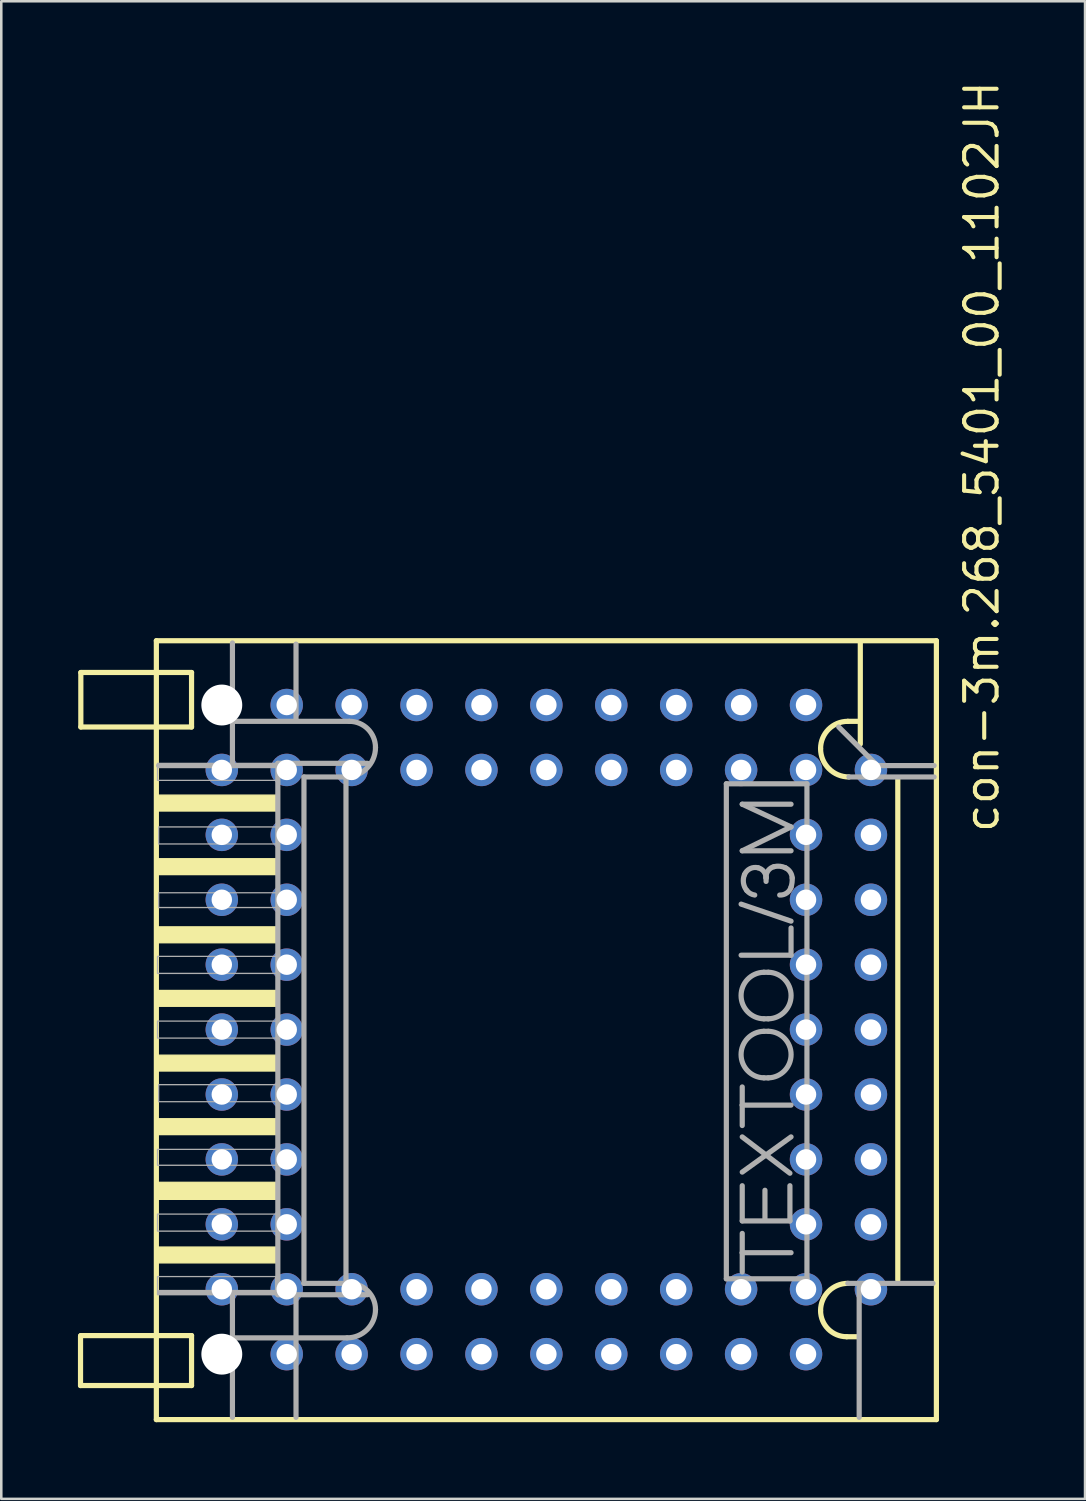
<source format=kicad_pcb>
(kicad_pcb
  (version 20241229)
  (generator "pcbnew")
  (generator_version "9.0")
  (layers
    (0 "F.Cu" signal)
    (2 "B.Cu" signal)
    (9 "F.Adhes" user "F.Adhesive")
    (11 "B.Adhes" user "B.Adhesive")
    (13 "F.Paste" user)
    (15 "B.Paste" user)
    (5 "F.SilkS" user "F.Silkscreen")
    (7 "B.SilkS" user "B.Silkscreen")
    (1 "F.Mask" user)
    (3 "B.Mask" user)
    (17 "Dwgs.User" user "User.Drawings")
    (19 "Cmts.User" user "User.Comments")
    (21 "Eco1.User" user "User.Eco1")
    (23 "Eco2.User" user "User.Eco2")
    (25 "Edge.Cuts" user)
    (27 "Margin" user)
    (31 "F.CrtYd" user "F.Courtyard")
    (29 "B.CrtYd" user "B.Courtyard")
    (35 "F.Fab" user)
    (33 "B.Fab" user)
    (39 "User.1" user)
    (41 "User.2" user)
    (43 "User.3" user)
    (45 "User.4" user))
  (footprint "con-3m.268_5401_00_1102JH"
    (layer "F.Cu")
    (at 18.329 37.237)
    (property "Reference" "con-3m.268_5401_00_1102JH" (at 17.78 -7.62 90) (layer "F.SilkS") (effects (font (size 1.27 1.27) (thickness 0.16)) (justify left bottom)))
    (attr through_hole)
    (fp_line (start -18.228 13.928) (end -18.228 12) (stroke (width 0.203) (type default)) (layer "F.SilkS"))
    (fp_line (start -18.228 13.928) (end -15.334 13.928) (stroke (width 0.203) (type default)) (layer "F.SilkS"))
    (fp_line (start -18.216 -11.84) (end -18.216 -13.973) (stroke (width 0.203) (type default)) (layer "F.SilkS"))
    (fp_line (start -18.216 -11.84) (end -15.334 -11.84) (stroke (width 0.203) (type default)) (layer "F.SilkS"))
    (fp_line (start -18.216 12) (end -18.216 11.973) (stroke (width 0.203) (type default)) (layer "F.SilkS"))
    (fp_line (start -15.334 -13.973) (end -18.216 -13.973) (stroke (width 0.203) (type default)) (layer "F.SilkS"))
    (fp_line (start -15.334 11.973) (end -18.216 11.973) (stroke (width 0.203) (type default)) (layer "F.SilkS"))
    (fp_line (start -15.261 -15.216) (end 15.261 -15.216) (stroke (width 0.203) (type default)) (layer "F.SilkS"))
    (fp_line (start -15.261 15.261) (end -15.261 -15.216) (stroke (width 0.203) (type default)) (layer "F.SilkS"))
    (fp_line (start -15.216 -11.84) (end -13.884 -11.84) (stroke (width 0.203) (type default)) (layer "F.SilkS"))
    (fp_line (start -15.128 13.928) (end -13.884 13.928) (stroke (width 0.203) (type default)) (layer "F.SilkS"))
    (fp_line (start -13.884 -13.973) (end -15.216 -13.973) (stroke (width 0.203) (type default)) (layer "F.SilkS"))
    (fp_line (start -13.884 -11.84) (end -13.884 -13.973) (stroke (width 0.203) (type default)) (layer "F.SilkS"))
    (fp_line (start -13.884 11.973) (end -15.216 11.973) (stroke (width 0.203) (type default)) (layer "F.SilkS"))
    (fp_line (start -13.884 13.928) (end -13.884 11.973) (stroke (width 0.203) (type default)) (layer "F.SilkS"))
    (fp_line (start 11.751 12.018) (end 12.196 12.018) (stroke (width 0.203) (type default)) (layer "F.SilkS"))
    (fp_line (start 11.796 -12.062) (end 12.24 -12.062) (stroke (width 0.203) (type default)) (layer "F.SilkS"))
    (fp_line (start 12.284 -15.128) (end 12.284 -11.174) (stroke (width 0.203) (type default)) (layer "F.SilkS"))
    (fp_line (start 13.751 -9.796) (end 13.751 9.796) (stroke (width 0.203) (type default)) (layer "F.SilkS"))
    (fp_line (start 15.261 -15.216) (end 15.261 15.261) (stroke (width 0.203) (type default)) (layer "F.SilkS"))
    (fp_line (start 15.261 15.261) (end -15.261 15.261) (stroke (width 0.203) (type default)) (layer "F.SilkS"))
    (fp_rect (start -15.216 -8.552) (end -10.552 -9.174) (stroke (width 0.05) (type default)) (fill yes) (layer "F.SilkS"))
    (fp_rect (start -15.216 -3.399) (end -10.507 -4.021) (stroke (width 0.05) (type default)) (fill yes) (layer "F.SilkS"))
    (fp_rect (start -15.216 -0.911) (end -10.552 -1.533) (stroke (width 0.05) (type default)) (fill yes) (layer "F.SilkS"))
    (fp_rect (start -15.216 1.622) (end -10.507 1) (stroke (width 0.05) (type default)) (fill yes) (layer "F.SilkS"))
    (fp_rect (start -15.216 4.11) (end -10.552 3.488) (stroke (width 0.05) (type default)) (fill yes) (layer "F.SilkS"))
    (fp_rect (start -15.216 6.642) (end -10.552 5.976) (stroke (width 0.05) (type default)) (fill yes) (layer "F.SilkS"))
    (fp_rect (start -15.216 9.13) (end -10.552 8.508) (stroke (width 0.05) (type default)) (fill yes) (layer "F.SilkS"))
    (fp_rect (start -15.172 -6.064) (end -10.552 -6.686) (stroke (width 0.05) (type default)) (fill yes) (layer "F.SilkS"))
    (fp_arc (start 10.7295 -10.9958) (mid 11.041841 -11.749759) (end 11.7958 -12.0621) (stroke (width 0.2032) (type default)) (layer "F.SilkS"))
    (fp_arc (start 10.7295 10.9961) (mid 11.041783 10.242083) (end 11.7958 9.9298) (stroke (width 0.2032) (type default)) (layer "F.SilkS"))
    (fp_arc (start 11.7513 12.0179) (mid 11.028778 11.718622) (end 10.7295 10.9961) (stroke (width 0.2032) (type default)) (layer "F.SilkS"))
    (fp_arc (start 11.8402 -9.8851) (mid 11.054787 -10.210387) (end 10.7295 -10.9958) (stroke (width 0.2032) (type default)) (layer "F.SilkS"))
    (fp_line (start -12.284 -15.128) (end -12.284 -10.329) (stroke (width 0.203) (type default)) (layer "F.Fab"))
    (fp_line (start -12.284 15.172) (end -12.284 10.33) (stroke (width 0.203) (type default)) (layer "F.Fab"))
    (fp_line (start -12.24 12.062) (end -7.797 12.062) (stroke (width 0.203) (type default)) (layer "F.Fab"))
    (fp_line (start -10.596 -10.329) (end -15.172 -10.329) (stroke (width 0.203) (type default)) (layer "F.Fab"))
    (fp_line (start -10.596 10.285) (end -15.128 10.285) (stroke (width 0.203) (type default)) (layer "F.Fab"))
    (fp_line (start -10.507 -10.418) (end -10.507 10.374) (stroke (width 0.203) (type default)) (layer "F.Fab"))
    (fp_line (start -10.507 10.374) (end -6.997 10.374) (stroke (width 0.203) (type default)) (layer "F.Fab"))
    (fp_line (start -9.796 -12.151) (end -9.796 -15.083) (stroke (width 0.203) (type default)) (layer "F.Fab"))
    (fp_line (start -9.796 15.172) (end -9.796 10.418) (stroke (width 0.203) (type default)) (layer "F.Fab"))
    (fp_line (start -9.485 -9.885) (end -7.841 -9.885) (stroke (width 0.203) (type default)) (layer "F.Fab"))
    (fp_line (start -9.485 9.93) (end -9.485 -9.885) (stroke (width 0.203) (type default)) (layer "F.Fab"))
    (fp_line (start -7.841 9.841) (end -7.841 -9.796) (stroke (width 0.203) (type default)) (layer "F.Fab"))
    (fp_line (start -7.708 -12.062) (end -12.195 -12.062) (stroke (width 0.203) (type default)) (layer "F.Fab"))
    (fp_line (start -7.708 9.93) (end -9.485 9.93) (stroke (width 0.203) (type default)) (layer "F.Fab"))
    (fp_line (start -6.997 -10.418) (end -10.507 -10.418) (stroke (width 0.203) (type default)) (layer "F.Fab"))
    (fp_line (start 7.042 -9.618) (end 10.196 -9.618) (stroke (width 0.203) (type default)) (layer "F.Fab"))
    (fp_line (start 7.042 9.752) (end 7.042 -9.618) (stroke (width 0.203) (type default)) (layer "F.Fab"))
    (fp_line (start 7.62 -2.91) (end 9.574 -2.91) (stroke (width 0.203) (type default)) (layer "F.Fab"))
    (fp_line (start 7.664 -8.819) (end 9.574 -8.819) (stroke (width 0.203) (type default)) (layer "F.Fab"))
    (fp_line (start 7.664 -6.997) (end 9.574 -7.93) (stroke (width 0.203) (type default)) (layer "F.Fab"))
    (fp_line (start 7.664 2.955) (end 7.664 2.244) (stroke (width 0.203) (type default)) (layer "F.Fab"))
    (fp_line (start 7.664 2.955) (end 9.574 2.955) (stroke (width 0.203) (type default)) (layer "F.Fab"))
    (fp_line (start 7.664 3.754) (end 7.664 2.955) (stroke (width 0.203) (type default)) (layer "F.Fab"))
    (fp_line (start 7.664 4.199) (end 9.53 5.62) (stroke (width 0.203) (type default)) (layer "F.Fab"))
    (fp_line (start 7.664 5.576) (end 9.574 4.199) (stroke (width 0.203) (type default)) (layer "F.Fab"))
    (fp_line (start 7.664 6.109) (end 7.664 7.486) (stroke (width 0.203) (type default)) (layer "F.Fab"))
    (fp_line (start 7.664 7.486) (end 9.53 7.486) (stroke (width 0.203) (type default)) (layer "F.Fab"))
    (fp_line (start 7.664 8.73) (end 7.664 7.975) (stroke (width 0.203) (type default)) (layer "F.Fab"))
    (fp_line (start 7.664 8.73) (end 9.574 8.73) (stroke (width 0.203) (type default)) (layer "F.Fab"))
    (fp_line (start 7.664 9.486) (end 7.664 8.73) (stroke (width 0.203) (type default)) (layer "F.Fab"))
    (fp_line (start 8.508 -2.243) (end 8.686 -2.243) (stroke (width 0.203) (type default)) (layer "F.Fab"))
    (fp_line (start 8.508 0.067) (end 8.686 0.067) (stroke (width 0.203) (type default)) (layer "F.Fab"))
    (fp_line (start 8.553 7.397) (end 8.553 6.287) (stroke (width 0.203) (type default)) (layer "F.Fab"))
    (fp_line (start 8.597 -5.931) (end 8.597 -5.975) (stroke (width 0.203) (type default)) (layer "F.Fab"))
    (fp_line (start 8.597 -5.798) (end 8.597 -5.931) (stroke (width 0.203) (type default)) (layer "F.Fab"))
    (fp_line (start 8.686 -0.422) (end 8.508 -0.422) (stroke (width 0.203) (type default)) (layer "F.Fab"))
    (fp_line (start 8.686 1.888) (end 8.508 1.888) (stroke (width 0.203) (type default)) (layer "F.Fab"))
    (fp_line (start 9.53 7.486) (end 9.53 6.109) (stroke (width 0.203) (type default)) (layer "F.Fab"))
    (fp_line (start 9.574 -7.93) (end 7.664 -8.819) (stroke (width 0.203) (type default)) (layer "F.Fab"))
    (fp_line (start 9.574 -6.997) (end 7.664 -6.997) (stroke (width 0.203) (type default)) (layer "F.Fab"))
    (fp_line (start 9.574 -4.243) (end 7.62 -4.909) (stroke (width 0.203) (type default)) (layer "F.Fab"))
    (fp_line (start 9.574 -2.91) (end 9.574 -3.976) (stroke (width 0.203) (type default)) (layer "F.Fab"))
    (fp_line (start 10.196 -9.618) (end 10.196 9.752) (stroke (width 0.203) (type default)) (layer "F.Fab"))
    (fp_line (start 10.196 9.752) (end 7.042 9.752) (stroke (width 0.203) (type default)) (layer "F.Fab"))
    (fp_line (start 12.24 15.172) (end 12.24 10.063) (stroke (width 0.203) (type default)) (layer "F.Fab"))
    (fp_line (start 12.951 -10.329) (end 11.44 -11.84) (stroke (width 0.203) (type default)) (layer "F.Fab"))
    (fp_line (start 15.128 9.93) (end 11.796 9.93) (stroke (width 0.203) (type default)) (layer "F.Fab"))
    (fp_line (start 15.172 -10.329) (end 12.951 -10.329) (stroke (width 0.203) (type default)) (layer "F.Fab"))
    (fp_line (start 15.172 -9.885) (end 11.84 -9.885) (stroke (width 0.203) (type default)) (layer "F.Fab"))
    (fp_rect (start -15.216 -9.752) (end -10.552 -10.418) (stroke (width 0.05) (type default)) (fill no) (layer "F.Fab"))
    (fp_rect (start -15.216 -2.199) (end -10.552 -2.865) (stroke (width 0.05) (type default)) (fill no) (layer "F.Fab"))
    (fp_rect (start -15.216 0.333) (end -10.507 -0.333) (stroke (width 0.05) (type default)) (fill no) (layer "F.Fab"))
    (fp_rect (start -15.216 5.309) (end -10.552 4.687) (stroke (width 0.05) (type default)) (fill no) (layer "F.Fab"))
    (fp_rect (start -15.216 7.886) (end -10.552 7.22) (stroke (width 0.05) (type default)) (fill no) (layer "F.Fab"))
    (fp_rect (start -15.216 10.374) (end -10.596 9.663) (stroke (width 0.05) (type default)) (fill no) (layer "F.Fab"))
    (fp_rect (start -15.172 -7.264) (end -10.552 -7.93) (stroke (width 0.05) (type default)) (fill no) (layer "F.Fab"))
    (fp_rect (start -15.172 -4.776) (end -10.552 -5.353) (stroke (width 0.05) (type default)) (fill no) (layer "F.Fab"))
    (fp_rect (start -15.172 2.821) (end -10.507 2.155) (stroke (width 0.05) (type default)) (fill no) (layer "F.Fab"))
    (fp_arc (start -7.7082 -12.0621) (mid -6.985637 -11.762763) (end -6.6863 -11.0402) (stroke (width 0.2032) (type default)) (layer "F.Fab"))
    (fp_arc (start -7.7081 9.9298) (mid -6.985578 10.229078) (end -6.6863 10.9516) (stroke (width 0.2032) (type default)) (layer "F.Fab"))
    (fp_arc (start -6.6863 -11.0402) (mid -7.024621 -10.223421) (end -7.8414 -9.8851) (stroke (width 0.2032) (type default)) (layer "F.Fab"))
    (fp_arc (start -6.6863 10.9516) (mid -7.011646 11.736954) (end -7.797 12.0623) (stroke (width 0.2032) (type default)) (layer "F.Fab"))
    (fp_arc (start 7.7528 -6.0643) (mid 7.96974 -6.296802) (end 8.2859 -6.3309) (stroke (width 0.2032) (type default)) (layer "F.Fab"))
    (fp_arc (start 7.8417 -5.4423) (mid 7.711705 -5.741073) (end 7.7528 -6.0643) (stroke (width 0.2032) (type default)) (layer "F.Fab"))
    (fp_arc (start 8.1527 -5.2646) (mid 7.980422 -5.324086) (end 7.8417 -5.4423) (stroke (width 0.2032) (type default)) (layer "F.Fab"))
    (fp_arc (start 8.2859 -6.3309) (mid 8.510042 -6.184333) (end 8.5969 -5.931) (stroke (width 0.2032) (type default)) (layer "F.Fab"))
    (fp_arc (start 8.5081 -0.4219) (mid 7.619279 -1.33265) (end 8.5081 -2.2434) (stroke (width 0.2032) (type default)) (layer "F.Fab"))
    (fp_arc (start 8.5081 1.8883) (mid 7.619279 0.97755) (end 8.5081 0.0668) (stroke (width 0.2032) (type default)) (layer "F.Fab"))
    (fp_arc (start 8.5969 -5.9754) (mid 8.683758 -6.228733) (end 8.9079 -6.3753) (stroke (width 0.2032) (type default)) (layer "F.Fab"))
    (fp_arc (start 8.6858 -2.2434) (mid 9.574621 -1.33265) (end 8.6858 -0.4219) (stroke (width 0.2032) (type default)) (layer "F.Fab"))
    (fp_arc (start 8.6858 0.0668) (mid 9.574621 0.97755) (end 8.6858 1.8883) (stroke (width 0.2032) (type default)) (layer "F.Fab"))
    (fp_arc (start 8.9079 -6.3753) (mid 9.133952 -6.392148) (end 9.3522 -6.3309) (stroke (width 0.2032) (type default)) (layer "F.Fab"))
    (fp_arc (start 9.3522 -6.3309) (mid 9.540325 -6.1675) (end 9.6188 -5.931) (stroke (width 0.2032) (type default)) (layer "F.Fab"))
    (fp_arc (start 9.5744 -5.5756) (mid 9.405401 -5.344168) (end 9.1301 -5.2646) (stroke (width 0.2032) (type default)) (layer "F.Fab"))
    (fp_arc (start 9.6188 -5.931) (mid 9.612408 -5.751325) (end 9.5744 -5.5756) (stroke (width 0.2032) (type default)) (layer "F.Fab"))
    (pad "" np_thru_hole circle (at -12.7 -12.7) (size 1.6 1.6) (drill 1.6) (layers "*.Cu" "*.Mask"))
    (pad "" np_thru_hole circle (at -12.7 12.7) (size 1.6 1.6) (drill 1.6) (layers "*.Cu" "*.Mask"))
    (pad "1" thru_hole circle (at 10.16 -12.7) (size 1.27 1.27) (drill 0.8) (layers "*.Cu" "*.Mask"))
    (pad "2" thru_hole circle (at 10.16 -10.16) (size 1.27 1.27) (drill 0.8) (layers "*.Cu" "*.Mask"))
    (pad "3" thru_hole circle (at 7.62 -12.7) (size 1.27 1.27) (drill 0.8) (layers "*.Cu" "*.Mask"))
    (pad "4" thru_hole circle (at 7.62 -10.16) (size 1.27 1.27) (drill 0.8) (layers "*.Cu" "*.Mask"))
    (pad "5" thru_hole circle (at 5.08 -12.7) (size 1.27 1.27) (drill 0.8) (layers "*.Cu" "*.Mask"))
    (pad "6" thru_hole circle (at 5.08 -10.16) (size 1.27 1.27) (drill 0.8) (layers "*.Cu" "*.Mask"))
    (pad "7" thru_hole circle (at 2.54 -12.7) (size 1.27 1.27) (drill 0.8) (layers "*.Cu" "*.Mask"))
    (pad "8" thru_hole circle (at 2.54 -10.16) (size 1.27 1.27) (drill 0.8) (layers "*.Cu" "*.Mask"))
    (pad "9" thru_hole circle (at 0 -12.7) (size 1.27 1.27) (drill 0.8) (layers "*.Cu" "*.Mask"))
    (pad "10" thru_hole circle (at 0 -10.16) (size 1.27 1.27) (drill 0.8) (layers "*.Cu" "*.Mask"))
    (pad "11" thru_hole circle (at -2.54 -12.7) (size 1.27 1.27) (drill 0.8) (layers "*.Cu" "*.Mask"))
    (pad "12" thru_hole circle (at -2.54 -10.16) (size 1.27 1.27) (drill 0.8) (layers "*.Cu" "*.Mask"))
    (pad "13" thru_hole circle (at -5.08 -12.7) (size 1.27 1.27) (drill 0.8) (layers "*.Cu" "*.Mask"))
    (pad "14" thru_hole circle (at -5.08 -10.16) (size 1.27 1.27) (drill 0.8) (layers "*.Cu" "*.Mask"))
    (pad "15" thru_hole circle (at -7.62 -12.7) (size 1.27 1.27) (drill 0.8) (layers "*.Cu" "*.Mask"))
    (pad "16" thru_hole circle (at -7.62 -10.16) (size 1.27 1.27) (drill 0.8) (layers "*.Cu" "*.Mask"))
    (pad "17" thru_hole circle (at -10.16 -12.7) (size 1.27 1.27) (drill 0.8) (layers "*.Cu" "*.Mask"))
    (pad "18" thru_hole circle (at -12.7 -10.16) (size 1.27 1.27) (drill 0.8) (layers "*.Cu" "*.Mask"))
    (pad "19" thru_hole circle (at -10.16 -10.16) (size 1.27 1.27) (drill 0.8) (layers "*.Cu" "*.Mask"))
    (pad "20" thru_hole circle (at -12.7 -7.62) (size 1.27 1.27) (drill 0.8) (layers "*.Cu" "*.Mask"))
    (pad "21" thru_hole circle (at -10.16 -7.62) (size 1.27 1.27) (drill 0.8) (layers "*.Cu" "*.Mask"))
    (pad "22" thru_hole circle (at -12.7 -5.08) (size 1.27 1.27) (drill 0.8) (layers "*.Cu" "*.Mask"))
    (pad "23" thru_hole circle (at -10.16 -5.08) (size 1.27 1.27) (drill 0.8) (layers "*.Cu" "*.Mask"))
    (pad "24" thru_hole circle (at -12.7 -2.54) (size 1.27 1.27) (drill 0.8) (layers "*.Cu" "*.Mask"))
    (pad "25" thru_hole circle (at -10.16 -2.54) (size 1.27 1.27) (drill 0.8) (layers "*.Cu" "*.Mask"))
    (pad "26" thru_hole circle (at -12.7 0) (size 1.27 1.27) (drill 0.8) (layers "*.Cu" "*.Mask"))
    (pad "27" thru_hole circle (at -10.16 0) (size 1.27 1.27) (drill 0.8) (layers "*.Cu" "*.Mask"))
    (pad "28" thru_hole circle (at -12.7 2.54) (size 1.27 1.27) (drill 0.8) (layers "*.Cu" "*.Mask"))
    (pad "29" thru_hole circle (at -10.16 2.54) (size 1.27 1.27) (drill 0.8) (layers "*.Cu" "*.Mask"))
    (pad "30" thru_hole circle (at -12.7 5.08) (size 1.27 1.27) (drill 0.8) (layers "*.Cu" "*.Mask"))
    (pad "31" thru_hole circle (at -10.16 5.08) (size 1.27 1.27) (drill 0.8) (layers "*.Cu" "*.Mask"))
    (pad "32" thru_hole circle (at -12.7 7.62) (size 1.27 1.27) (drill 0.8) (layers "*.Cu" "*.Mask"))
    (pad "33" thru_hole circle (at -10.16 7.62) (size 1.27 1.27) (drill 0.8) (layers "*.Cu" "*.Mask"))
    (pad "34" thru_hole circle (at -12.7 10.16) (size 1.27 1.27) (drill 0.8) (layers "*.Cu" "*.Mask"))
    (pad "35" thru_hole circle (at -10.16 12.7) (size 1.27 1.27) (drill 0.8) (layers "*.Cu" "*.Mask"))
    (pad "36" thru_hole circle (at -10.16 10.16) (size 1.27 1.27) (drill 0.8) (layers "*.Cu" "*.Mask"))
    (pad "37" thru_hole circle (at -7.62 12.7) (size 1.27 1.27) (drill 0.8) (layers "*.Cu" "*.Mask"))
    (pad "38" thru_hole circle (at -7.62 10.16) (size 1.27 1.27) (drill 0.8) (layers "*.Cu" "*.Mask"))
    (pad "39" thru_hole circle (at -5.08 12.7) (size 1.27 1.27) (drill 0.8) (layers "*.Cu" "*.Mask"))
    (pad "40" thru_hole circle (at -5.08 10.16) (size 1.27 1.27) (drill 0.8) (layers "*.Cu" "*.Mask"))
    (pad "41" thru_hole circle (at -2.54 12.7) (size 1.27 1.27) (drill 0.8) (layers "*.Cu" "*.Mask"))
    (pad "42" thru_hole circle (at -2.54 10.16) (size 1.27 1.27) (drill 0.8) (layers "*.Cu" "*.Mask"))
    (pad "43" thru_hole circle (at 0 12.7) (size 1.27 1.27) (drill 0.8) (layers "*.Cu" "*.Mask"))
    (pad "44" thru_hole circle (at 0 10.16) (size 1.27 1.27) (drill 0.8) (layers "*.Cu" "*.Mask"))
    (pad "45" thru_hole circle (at 2.54 12.7) (size 1.27 1.27) (drill 0.8) (layers "*.Cu" "*.Mask"))
    (pad "46" thru_hole circle (at 2.54 10.16) (size 1.27 1.27) (drill 0.8) (layers "*.Cu" "*.Mask"))
    (pad "47" thru_hole circle (at 5.08 12.7) (size 1.27 1.27) (drill 0.8) (layers "*.Cu" "*.Mask"))
    (pad "48" thru_hole circle (at 5.08 10.16) (size 1.27 1.27) (drill 0.8) (layers "*.Cu" "*.Mask"))
    (pad "49" thru_hole circle (at 7.62 12.7) (size 1.27 1.27) (drill 0.8) (layers "*.Cu" "*.Mask"))
    (pad "50" thru_hole circle (at 7.62 10.16) (size 1.27 1.27) (drill 0.8) (layers "*.Cu" "*.Mask"))
    (pad "51" thru_hole circle (at 10.16 12.7) (size 1.27 1.27) (drill 0.8) (layers "*.Cu" "*.Mask"))
    (pad "52" thru_hole circle (at 12.7 10.16) (size 1.27 1.27) (drill 0.8) (layers "*.Cu" "*.Mask"))
    (pad "53" thru_hole circle (at 10.16 10.16) (size 1.27 1.27) (drill 0.8) (layers "*.Cu" "*.Mask"))
    (pad "54" thru_hole circle (at 12.7 7.62) (size 1.27 1.27) (drill 0.8) (layers "*.Cu" "*.Mask"))
    (pad "55" thru_hole circle (at 10.16 7.62) (size 1.27 1.27) (drill 0.8) (layers "*.Cu" "*.Mask"))
    (pad "56" thru_hole circle (at 12.7 5.08) (size 1.27 1.27) (drill 0.8) (layers "*.Cu" "*.Mask"))
    (pad "57" thru_hole circle (at 10.16 5.08) (size 1.27 1.27) (drill 0.8) (layers "*.Cu" "*.Mask"))
    (pad "58" thru_hole circle (at 12.7 2.54) (size 1.27 1.27) (drill 0.8) (layers "*.Cu" "*.Mask"))
    (pad "59" thru_hole circle (at 10.16 2.54) (size 1.27 1.27) (drill 0.8) (layers "*.Cu" "*.Mask"))
    (pad "60" thru_hole circle (at 12.7 0) (size 1.27 1.27) (drill 0.8) (layers "*.Cu" "*.Mask"))
    (pad "61" thru_hole circle (at 10.16 0) (size 1.27 1.27) (drill 0.8) (layers "*.Cu" "*.Mask"))
    (pad "62" thru_hole circle (at 12.7 -2.54) (size 1.27 1.27) (drill 0.8) (layers "*.Cu" "*.Mask"))
    (pad "63" thru_hole circle (at 10.16 -2.54) (size 1.27 1.27) (drill 0.8) (layers "*.Cu" "*.Mask"))
    (pad "64" thru_hole circle (at 12.7 -5.08) (size 1.27 1.27) (drill 0.8) (layers "*.Cu" "*.Mask"))
    (pad "65" thru_hole circle (at 10.16 -5.08) (size 1.27 1.27) (drill 0.8) (layers "*.Cu" "*.Mask"))
    (pad "66" thru_hole circle (at 12.7 -7.62) (size 1.27 1.27) (drill 0.8) (layers "*.Cu" "*.Mask"))
    (pad "67" thru_hole circle (at 10.16 -7.62) (size 1.27 1.27) (drill 0.8) (layers "*.Cu" "*.Mask"))
    (pad "68" thru_hole circle (at 12.7 -10.16) (size 1.27 1.27) (drill 0.8) (layers "*.Cu" "*.Mask")))
  (gr_rect
    (start -3 -3)
    (end 39.407 55.6)
    (stroke (width 0.1) (type default))
    (fill no)
    (layer "Edge.Cuts")))
</source>
